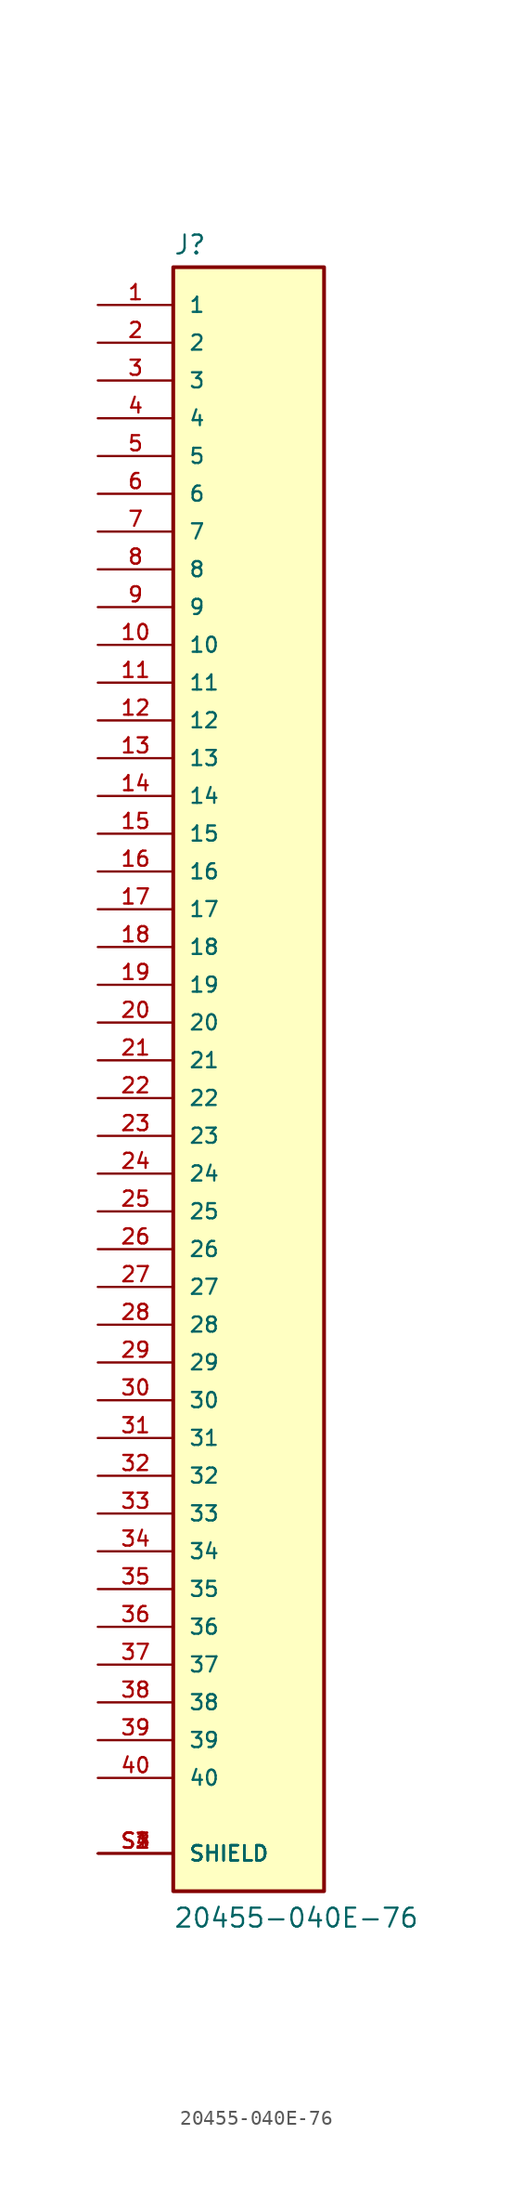
<source format=kicad_sym>
(kicad_symbol_lib
  (version 20211014)
  (generator kicad_symbol_editor)
  (symbol "20455-040E-76"
    (pin_names
      (offset 1.016))
    (property "Reference" "J"
      (at -5.08 54.102 0)
      (effects (font (size 1.27 1.27)) (justify bottom left)))
    (property "Value" "20455-040E-76"
      (at -5.08 -58.42 0)
      (effects (font (size 1.27 1.27)) (justify bottom left)))
    (symbol "20455-040E-76_0_0"
      (rectangle (start -5.08 -55.88) (end 5.08 53.34) (stroke (width 0.254)) (fill (type background)))
      (pin passive line (at -10.16 50.8 0) (length 5.08) (name "1" (effects (font (size 1.016 1.016)))) (number "1" (effects (font (size 1.016 1.016)))))
      (pin passive line (at -10.16 48.26 0) (length 5.08) (name "2" (effects (font (size 1.016 1.016)))) (number "2" (effects (font (size 1.016 1.016)))))
      (pin passive line (at -10.16 45.72 0) (length 5.08) (name "3" (effects (font (size 1.016 1.016)))) (number "3" (effects (font (size 1.016 1.016)))))
      (pin passive line (at -10.16 43.18 0) (length 5.08) (name "4" (effects (font (size 1.016 1.016)))) (number "4" (effects (font (size 1.016 1.016)))))
      (pin passive line (at -10.16 40.64 0) (length 5.08) (name "5" (effects (font (size 1.016 1.016)))) (number "5" (effects (font (size 1.016 1.016)))))
      (pin passive line (at -10.16 38.1 0) (length 5.08) (name "6" (effects (font (size 1.016 1.016)))) (number "6" (effects (font (size 1.016 1.016)))))
      (pin passive line (at -10.16 35.56 0) (length 5.08) (name "7" (effects (font (size 1.016 1.016)))) (number "7" (effects (font (size 1.016 1.016)))))
      (pin passive line (at -10.16 33.02 0) (length 5.08) (name "8" (effects (font (size 1.016 1.016)))) (number "8" (effects (font (size 1.016 1.016)))))
      (pin passive line (at -10.16 30.48 0) (length 5.08) (name "9" (effects (font (size 1.016 1.016)))) (number "9" (effects (font (size 1.016 1.016)))))
      (pin passive line (at -10.16 27.94 0) (length 5.08) (name "10" (effects (font (size 1.016 1.016)))) (number "10" (effects (font (size 1.016 1.016)))))
      (pin passive line (at -10.16 25.4 0) (length 5.08) (name "11" (effects (font (size 1.016 1.016)))) (number "11" (effects (font (size 1.016 1.016)))))
      (pin passive line (at -10.16 22.86 0) (length 5.08) (name "12" (effects (font (size 1.016 1.016)))) (number "12" (effects (font (size 1.016 1.016)))))
      (pin passive line (at -10.16 20.32 0) (length 5.08) (name "13" (effects (font (size 1.016 1.016)))) (number "13" (effects (font (size 1.016 1.016)))))
      (pin passive line (at -10.16 17.78 0) (length 5.08) (name "14" (effects (font (size 1.016 1.016)))) (number "14" (effects (font (size 1.016 1.016)))))
      (pin passive line (at -10.16 15.24 0) (length 5.08) (name "15" (effects (font (size 1.016 1.016)))) (number "15" (effects (font (size 1.016 1.016)))))
      (pin passive line (at -10.16 12.7 0) (length 5.08) (name "16" (effects (font (size 1.016 1.016)))) (number "16" (effects (font (size 1.016 1.016)))))
      (pin passive line (at -10.16 10.16 0) (length 5.08) (name "17" (effects (font (size 1.016 1.016)))) (number "17" (effects (font (size 1.016 1.016)))))
      (pin passive line (at -10.16 7.62 0) (length 5.08) (name "18" (effects (font (size 1.016 1.016)))) (number "18" (effects (font (size 1.016 1.016)))))
      (pin passive line (at -10.16 5.08 0) (length 5.08) (name "19" (effects (font (size 1.016 1.016)))) (number "19" (effects (font (size 1.016 1.016)))))
      (pin passive line (at -10.16 2.54 0) (length 5.08) (name "20" (effects (font (size 1.016 1.016)))) (number "20" (effects (font (size 1.016 1.016)))))
      (pin passive line (at -10.16 -53.34 0) (length 5.08) (name "SHIELD" (effects (font (size 1.016 1.016)))) (number "S1" (effects (font (size 1.016 1.016)))))
      (pin passive line (at -10.16 -53.34 0) (length 5.08) (name "SHIELD" (effects (font (size 1.016 1.016)))) (number "S2" (effects (font (size 1.016 1.016)))))
      (pin passive line (at -10.16 -53.34 0) (length 5.08) (name "SHIELD" (effects (font (size 1.016 1.016)))) (number "S3" (effects (font (size 1.016 1.016)))))
      (pin passive line (at -10.16 -53.34 0) (length 5.08) (name "SHIELD" (effects (font (size 1.016 1.016)))) (number "S4" (effects (font (size 1.016 1.016)))))
      (pin passive line (at -10.16 0.0 0) (length 5.08) (name "21" (effects (font (size 1.016 1.016)))) (number "21" (effects (font (size 1.016 1.016)))))
      (pin passive line (at -10.16 -2.54 0) (length 5.08) (name "22" (effects (font (size 1.016 1.016)))) (number "22" (effects (font (size 1.016 1.016)))))
      (pin passive line (at -10.16 -5.08 0) (length 5.08) (name "23" (effects (font (size 1.016 1.016)))) (number "23" (effects (font (size 1.016 1.016)))))
      (pin passive line (at -10.16 -7.62 0) (length 5.08) (name "24" (effects (font (size 1.016 1.016)))) (number "24" (effects (font (size 1.016 1.016)))))
      (pin passive line (at -10.16 -10.16 0) (length 5.08) (name "25" (effects (font (size 1.016 1.016)))) (number "25" (effects (font (size 1.016 1.016)))))
      (pin passive line (at -10.16 -12.7 0) (length 5.08) (name "26" (effects (font (size 1.016 1.016)))) (number "26" (effects (font (size 1.016 1.016)))))
      (pin passive line (at -10.16 -15.24 0) (length 5.08) (name "27" (effects (font (size 1.016 1.016)))) (number "27" (effects (font (size 1.016 1.016)))))
      (pin passive line (at -10.16 -17.78 0) (length 5.08) (name "28" (effects (font (size 1.016 1.016)))) (number "28" (effects (font (size 1.016 1.016)))))
      (pin passive line (at -10.16 -20.32 0) (length 5.08) (name "29" (effects (font (size 1.016 1.016)))) (number "29" (effects (font (size 1.016 1.016)))))
      (pin passive line (at -10.16 -22.86 0) (length 5.08) (name "30" (effects (font (size 1.016 1.016)))) (number "30" (effects (font (size 1.016 1.016)))))
      (pin passive line (at -10.16 -25.4 0) (length 5.08) (name "31" (effects (font (size 1.016 1.016)))) (number "31" (effects (font (size 1.016 1.016)))))
      (pin passive line (at -10.16 -27.94 0) (length 5.08) (name "32" (effects (font (size 1.016 1.016)))) (number "32" (effects (font (size 1.016 1.016)))))
      (pin passive line (at -10.16 -30.48 0) (length 5.08) (name "33" (effects (font (size 1.016 1.016)))) (number "33" (effects (font (size 1.016 1.016)))))
      (pin passive line (at -10.16 -33.02 0) (length 5.08) (name "34" (effects (font (size 1.016 1.016)))) (number "34" (effects (font (size 1.016 1.016)))))
      (pin passive line (at -10.16 -35.56 0) (length 5.08) (name "35" (effects (font (size 1.016 1.016)))) (number "35" (effects (font (size 1.016 1.016)))))
      (pin passive line (at -10.16 -38.1 0) (length 5.08) (name "36" (effects (font (size 1.016 1.016)))) (number "36" (effects (font (size 1.016 1.016)))))
      (pin passive line (at -10.16 -40.64 0) (length 5.08) (name "37" (effects (font (size 1.016 1.016)))) (number "37" (effects (font (size 1.016 1.016)))))
      (pin passive line (at -10.16 -43.18 0) (length 5.08) (name "38" (effects (font (size 1.016 1.016)))) (number "38" (effects (font (size 1.016 1.016)))))
      (pin passive line (at -10.16 -45.72 0) (length 5.08) (name "39" (effects (font (size 1.016 1.016)))) (number "39" (effects (font (size 1.016 1.016)))))
      (pin passive line (at -10.16 -48.26 0) (length 5.08) (name "40" (effects (font (size 1.016 1.016)))) (number "40" (effects (font (size 1.016 1.016))))))))
</source>
